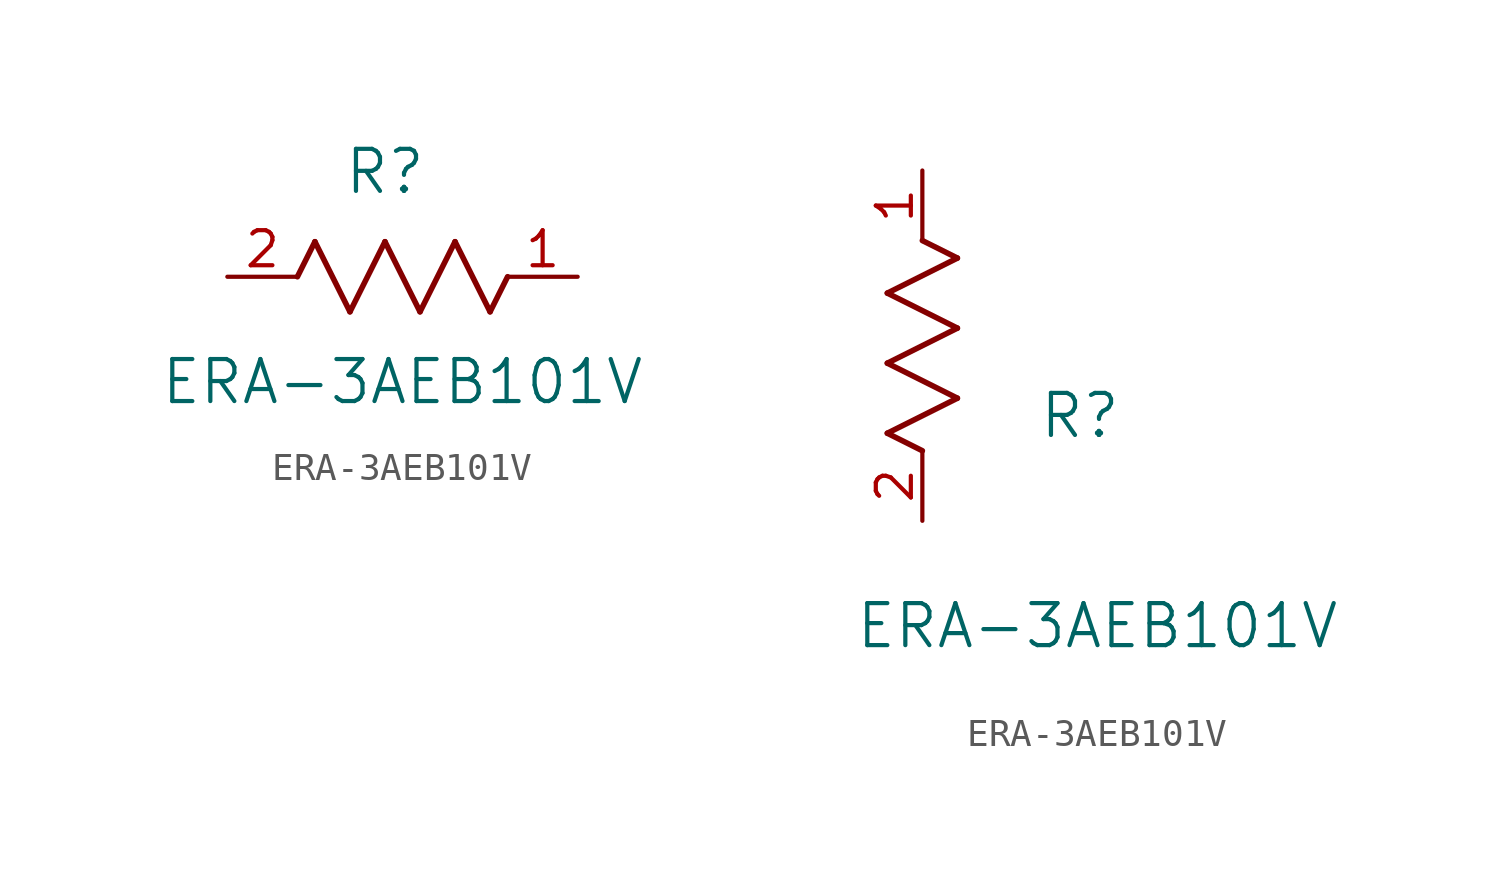
<source format=kicad_sym>
(kicad_symbol_lib
  (version 20211014)
  (generator kicad_symbol_editor)
  (symbol "ERA-3AEB101V"
    (pin_names
      (offset 0.254))
    (property "Reference" "R"
      (at 5.715 3.81 0)
      (effects (font (size 1.524 1.524))))
    (property "Value" "ERA-3AEB101V"
      (at 6.35 -3.81 0)
      (effects (font (size 1.524 1.524))))
    (symbol "ERA-3AEB101V_1_1"
      (polyline (pts (xy 3.175 1.27) (xy 4.445 -1.27)) (stroke (width 0.203) (type default) (color 0 0 0 0)) (fill (type none)))
      (polyline (pts (xy 4.445 -1.27) (xy 5.715 1.27)) (stroke (width 0.203) (type default) (color 0 0 0 0)) (fill (type none)))
      (polyline (pts (xy 5.715 1.27) (xy 6.985 -1.27)) (stroke (width 0.203) (type default) (color 0 0 0 0)) (fill (type none)))
      (polyline (pts (xy 6.985 -1.27) (xy 8.255 1.27)) (stroke (width 0.203) (type default) (color 0 0 0 0)) (fill (type none)))
      (polyline (pts (xy 8.255 1.27) (xy 9.525 -1.27)) (stroke (width 0.203) (type default) (color 0 0 0 0)) (fill (type none)))
      (polyline (pts (xy 2.54 0) (xy 3.175 1.27)) (stroke (width 0.203) (type default) (color 0 0 0 0)) (fill (type none)))
      (polyline (pts (xy 9.525 -1.27) (xy 10.16 0)) (stroke (width 0.203) (type default) (color 0 0 0 0)) (fill (type none)))
      (pin unspecified line (at 12.7 0 180) (length 2.54) (name "" (effects (font (size 1.27 1.27)))) (number "1" (effects (font (size 1.27 1.27)))))
      (pin unspecified line (at 0 0 0) (length 2.54) (name "" (effects (font (size 1.27 1.27)))) (number "2" (effects (font (size 1.27 1.27))))))
    (symbol "ERA-3AEB101V_1_2"
      (polyline (pts (xy 0 2.54) (xy -1.27 3.175)) (stroke (width 0.203) (type default) (color 0 0 0 0)) (fill (type none)))
      (polyline (pts (xy -1.27 3.175) (xy 1.27 4.445)) (stroke (width 0.203) (type default) (color 0 0 0 0)) (fill (type none)))
      (polyline (pts (xy 1.27 4.445) (xy -1.27 5.715)) (stroke (width 0.203) (type default) (color 0 0 0 0)) (fill (type none)))
      (polyline (pts (xy -1.27 5.715) (xy 1.27 6.985)) (stroke (width 0.203) (type default) (color 0 0 0 0)) (fill (type none)))
      (polyline (pts (xy -1.27 8.255) (xy 1.27 9.525)) (stroke (width 0.203) (type default) (color 0 0 0 0)) (fill (type none)))
      (polyline (pts (xy 1.27 9.525) (xy 0 10.16)) (stroke (width 0.203) (type default) (color 0 0 0 0)) (fill (type none)))
      (polyline (pts (xy 1.27 6.985) (xy -1.27 8.255)) (stroke (width 0.203) (type default) (color 0 0 0 0)) (fill (type none)))
      (pin unspecified line (at 0 12.7 270) (length 2.54) (name "" (effects (font (size 1.27 1.27)))) (number "1" (effects (font (size 1.27 1.27)))))
      (pin unspecified line (at 0 0 90) (length 2.54) (name "" (effects (font (size 1.27 1.27)))) (number "2" (effects (font (size 1.27 1.27))))))))
</source>
